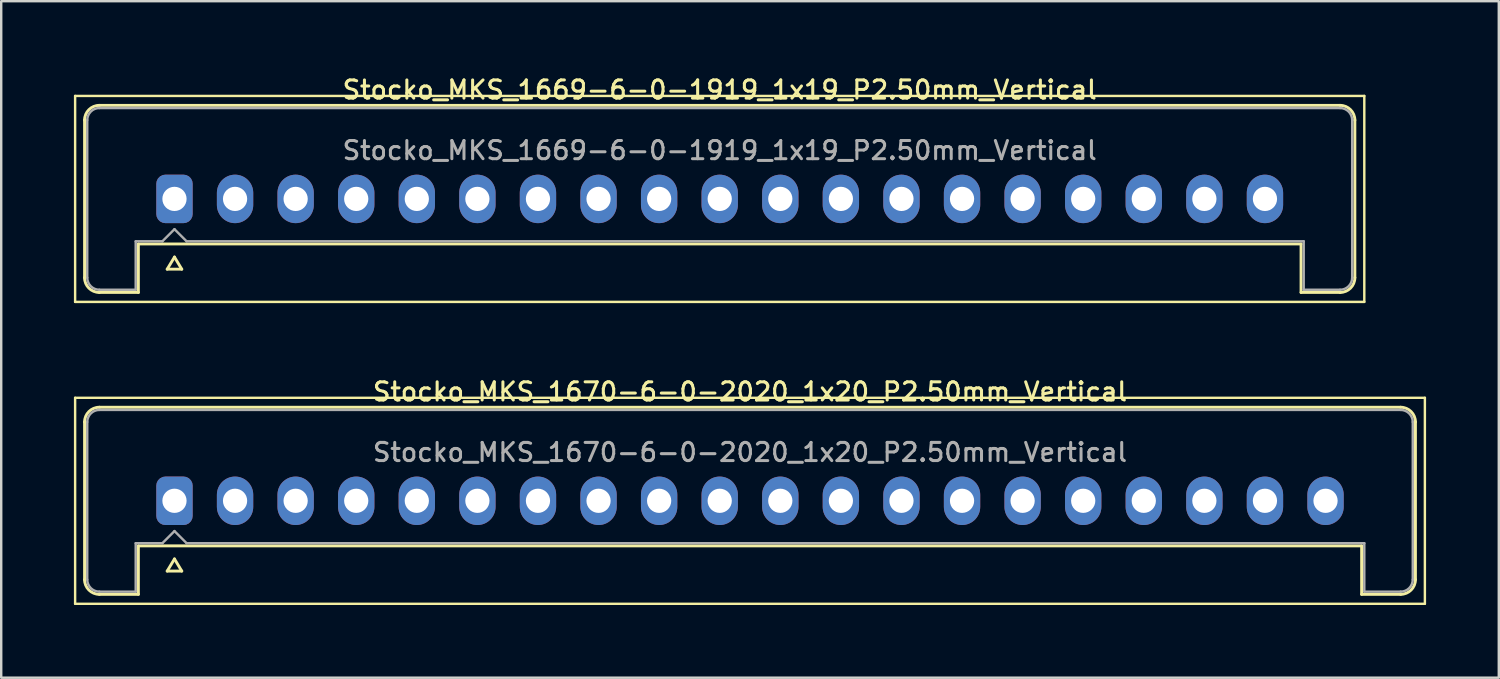
<source format=kicad_pcb>
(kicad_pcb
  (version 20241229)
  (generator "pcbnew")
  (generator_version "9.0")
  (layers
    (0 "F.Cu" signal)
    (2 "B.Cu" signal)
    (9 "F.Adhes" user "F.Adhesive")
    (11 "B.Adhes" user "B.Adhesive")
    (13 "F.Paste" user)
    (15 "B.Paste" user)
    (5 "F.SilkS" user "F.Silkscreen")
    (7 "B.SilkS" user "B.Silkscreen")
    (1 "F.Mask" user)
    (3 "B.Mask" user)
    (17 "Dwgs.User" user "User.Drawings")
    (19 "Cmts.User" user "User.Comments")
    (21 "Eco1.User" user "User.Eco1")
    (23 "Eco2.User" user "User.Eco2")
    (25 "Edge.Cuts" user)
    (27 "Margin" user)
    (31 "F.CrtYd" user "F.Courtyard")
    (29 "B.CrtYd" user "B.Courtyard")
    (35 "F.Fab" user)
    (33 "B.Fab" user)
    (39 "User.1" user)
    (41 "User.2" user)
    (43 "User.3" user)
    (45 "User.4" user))
  (footprint "Stocko_MKS_1670-6-0-2020_1x20_P2.50mm_Vertical"
    (layer "F.Cu")
    (at 4.15 17.616)
    (property "Reference" "Stocko_MKS_1670-6-0-2020_1x20_P2.50mm_Vertical" (at 23.75 -4.5 0) (layer "F.SilkS") (effects (font (size 0.75 0.75) (thickness 0.125))))
    (attr through_hole)
    (fp_line (start -4.1 -4.25) (end -4.1 4.25) (stroke (width 0.1) (type solid)) (layer "F.SilkS"))
    (fp_line (start -4.1 4.25) (end 51.6 4.25) (stroke (width 0.1) (type solid)) (layer "F.SilkS"))
    (fp_line (start -3.71 -3.25) (end -3.71 3.25) (stroke (width 0.12) (type solid)) (layer "F.SilkS"))
    (fp_line (start -3.1 -3.86) (end 50.6 -3.86) (stroke (width 0.12) (type solid)) (layer "F.SilkS"))
    (fp_line (start -3.1 3.86) (end -1.49 3.86) (stroke (width 0.12) (type solid)) (layer "F.SilkS"))
    (fp_line (start -1.49 1.86) (end 48.99 1.86) (stroke (width 0.12) (type solid)) (layer "F.SilkS"))
    (fp_line (start -1.49 3.86) (end -1.49 1.86) (stroke (width 0.12) (type solid)) (layer "F.SilkS"))
    (fp_line (start -0.3 2.9) (end 0.3 2.9) (stroke (width 0.12) (type solid)) (layer "F.SilkS"))
    (fp_line (start 0 2.4) (end -0.3 2.9) (stroke (width 0.12) (type solid)) (layer "F.SilkS"))
    (fp_line (start 0.3 2.9) (end 0 2.4) (stroke (width 0.12) (type solid)) (layer "F.SilkS"))
    (fp_line (start 48.99 3.86) (end 48.99 1.86) (stroke (width 0.12) (type solid)) (layer "F.SilkS"))
    (fp_line (start 50.6 3.86) (end 48.99 3.86) (stroke (width 0.12) (type solid)) (layer "F.SilkS"))
    (fp_line (start 51.21 -3.25) (end 51.21 3.25) (stroke (width 0.12) (type solid)) (layer "F.SilkS"))
    (fp_line (start 51.6 -4.25) (end -4.1 -4.25) (stroke (width 0.1) (type solid)) (layer "F.SilkS"))
    (fp_line (start 51.6 4.25) (end 51.6 -4.25) (stroke (width 0.1) (type solid)) (layer "F.SilkS"))
    (fp_arc (start -3.71 -3.25) (mid -3.531335 -3.681335) (end -3.1 -3.86) (stroke (width 0.12) (type solid)) (layer "F.SilkS"))
    (fp_arc (start -3.1 3.86) (mid -3.531335 3.681335) (end -3.71 3.25) (stroke (width 0.12) (type solid)) (layer "F.SilkS"))
    (fp_arc (start 50.6 -3.86) (mid 51.031335 -3.681335) (end 51.21 -3.25) (stroke (width 0.12) (type solid)) (layer "F.SilkS"))
    (fp_arc (start 51.21 3.25) (mid 51.031335 3.681335) (end 50.6 3.86) (stroke (width 0.12) (type solid)) (layer "F.SilkS"))
    (fp_line (start -3.6 -3.25) (end -3.6 3.25) (stroke (width 0.1) (type solid)) (layer "F.Fab"))
    (fp_line (start -3.1 -3.75) (end 50.6 -3.75) (stroke (width 0.1) (type solid)) (layer "F.Fab"))
    (fp_line (start -3.1 3.75) (end -1.6 3.75) (stroke (width 0.1) (type solid)) (layer "F.Fab"))
    (fp_line (start -1.6 1.75) (end -0.5 1.75) (stroke (width 0.1) (type solid)) (layer "F.Fab"))
    (fp_line (start -1.6 3.75) (end -1.6 1.75) (stroke (width 0.1) (type solid)) (layer "F.Fab"))
    (fp_line (start -0.5 1.75) (end 0 1.25) (stroke (width 0.1) (type solid)) (layer "F.Fab"))
    (fp_line (start 0 1.25) (end 0.5 1.75) (stroke (width 0.1) (type solid)) (layer "F.Fab"))
    (fp_line (start 0.5 1.75) (end 49.1 1.75) (stroke (width 0.1) (type solid)) (layer "F.Fab"))
    (fp_line (start 49.1 3.75) (end 49.1 1.75) (stroke (width 0.1) (type solid)) (layer "F.Fab"))
    (fp_line (start 50.6 3.75) (end 49.1 3.75) (stroke (width 0.1) (type solid)) (layer "F.Fab"))
    (fp_line (start 51.1 -3.25) (end 51.1 3.25) (stroke (width 0.1) (type solid)) (layer "F.Fab"))
    (fp_arc (start -3.6 -3.25) (mid -3.453553 -3.603553) (end -3.1 -3.75) (stroke (width 0.1) (type solid)) (layer "F.Fab"))
    (fp_arc (start -3.1 3.75) (mid -3.453553 3.603553) (end -3.6 3.25) (stroke (width 0.1) (type solid)) (layer "F.Fab"))
    (fp_arc (start 50.6 -3.75) (mid 50.953553 -3.603553) (end 51.1 -3.25) (stroke (width 0.1) (type solid)) (layer "F.Fab"))
    (fp_arc (start 51.1 3.25) (mid 50.953553 3.603553) (end 50.6 3.75) (stroke (width 0.1) (type solid)) (layer "F.Fab"))
    (fp_text user "${REFERENCE}" (at 23.75 -2 0) (layer "F.Fab") (effects (font (size 0.75 0.75) (thickness 0.125))))
    (pad "1" thru_hole roundrect (at 0 0) (size 1.5 2) (drill 1) (layers "*.Cu" "*.Mask") (roundrect_rratio 0.25))
    (pad "2" thru_hole oval (at 2.5 0) (size 1.5 2) (drill 1) (layers "*.Cu" "*.Mask"))
    (pad "3" thru_hole oval (at 5 0) (size 1.5 2) (drill 1) (layers "*.Cu" "*.Mask"))
    (pad "4" thru_hole oval (at 7.5 0) (size 1.5 2) (drill 1) (layers "*.Cu" "*.Mask"))
    (pad "5" thru_hole oval (at 10 0) (size 1.5 2) (drill 1) (layers "*.Cu" "*.Mask"))
    (pad "6" thru_hole oval (at 12.5 0) (size 1.5 2) (drill 1) (layers "*.Cu" "*.Mask"))
    (pad "7" thru_hole oval (at 15 0) (size 1.5 2) (drill 1) (layers "*.Cu" "*.Mask"))
    (pad "8" thru_hole oval (at 17.5 0) (size 1.5 2) (drill 1) (layers "*.Cu" "*.Mask"))
    (pad "9" thru_hole oval (at 20 0) (size 1.5 2) (drill 1) (layers "*.Cu" "*.Mask"))
    (pad "10" thru_hole oval (at 22.5 0) (size 1.5 2) (drill 1) (layers "*.Cu" "*.Mask"))
    (pad "11" thru_hole oval (at 25 0) (size 1.5 2) (drill 1) (layers "*.Cu" "*.Mask"))
    (pad "12" thru_hole oval (at 27.5 0) (size 1.5 2) (drill 1) (layers "*.Cu" "*.Mask"))
    (pad "13" thru_hole oval (at 30 0) (size 1.5 2) (drill 1) (layers "*.Cu" "*.Mask"))
    (pad "14" thru_hole oval (at 32.5 0) (size 1.5 2) (drill 1) (layers "*.Cu" "*.Mask"))
    (pad "15" thru_hole oval (at 35 0) (size 1.5 2) (drill 1) (layers "*.Cu" "*.Mask"))
    (pad "16" thru_hole oval (at 37.5 0) (size 1.5 2) (drill 1) (layers "*.Cu" "*.Mask"))
    (pad "17" thru_hole oval (at 40 0) (size 1.5 2) (drill 1) (layers "*.Cu" "*.Mask"))
    (pad "18" thru_hole oval (at 42.5 0) (size 1.5 2) (drill 1) (layers "*.Cu" "*.Mask"))
    (pad "19" thru_hole oval (at 45 0) (size 1.5 2) (drill 1) (layers "*.Cu" "*.Mask"))
    (pad "20" thru_hole oval (at 47.5 0) (size 1.5 2) (drill 1) (layers "*.Cu" "*.Mask")))
  (footprint "Stocko_MKS_1669-6-0-1919_1x19_P2.50mm_Vertical"
    (layer "F.Cu")
    (at 4.15 5.158)
    (property "Reference" "Stocko_MKS_1669-6-0-1919_1x19_P2.50mm_Vertical" (at 22.5 -4.5 0) (layer "F.SilkS") (effects (font (size 0.75 0.75) (thickness 0.125))))
    (attr through_hole)
    (fp_line (start -4.1 -4.25) (end -4.1 4.25) (stroke (width 0.1) (type solid)) (layer "F.SilkS"))
    (fp_line (start -4.1 4.25) (end 49.1 4.25) (stroke (width 0.1) (type solid)) (layer "F.SilkS"))
    (fp_line (start -3.71 -3.25) (end -3.71 3.25) (stroke (width 0.12) (type solid)) (layer "F.SilkS"))
    (fp_line (start -3.1 -3.86) (end 48.1 -3.86) (stroke (width 0.12) (type solid)) (layer "F.SilkS"))
    (fp_line (start -3.1 3.86) (end -1.49 3.86) (stroke (width 0.12) (type solid)) (layer "F.SilkS"))
    (fp_line (start -1.49 1.86) (end 46.49 1.86) (stroke (width 0.12) (type solid)) (layer "F.SilkS"))
    (fp_line (start -1.49 3.86) (end -1.49 1.86) (stroke (width 0.12) (type solid)) (layer "F.SilkS"))
    (fp_line (start -0.3 2.9) (end 0.3 2.9) (stroke (width 0.12) (type solid)) (layer "F.SilkS"))
    (fp_line (start 0 2.4) (end -0.3 2.9) (stroke (width 0.12) (type solid)) (layer "F.SilkS"))
    (fp_line (start 0.3 2.9) (end 0 2.4) (stroke (width 0.12) (type solid)) (layer "F.SilkS"))
    (fp_line (start 46.49 3.86) (end 46.49 1.86) (stroke (width 0.12) (type solid)) (layer "F.SilkS"))
    (fp_line (start 48.1 3.86) (end 46.49 3.86) (stroke (width 0.12) (type solid)) (layer "F.SilkS"))
    (fp_line (start 48.71 -3.25) (end 48.71 3.25) (stroke (width 0.12) (type solid)) (layer "F.SilkS"))
    (fp_line (start 49.1 -4.25) (end -4.1 -4.25) (stroke (width 0.1) (type solid)) (layer "F.SilkS"))
    (fp_line (start 49.1 4.25) (end 49.1 -4.25) (stroke (width 0.1) (type solid)) (layer "F.SilkS"))
    (fp_arc (start -3.71 -3.25) (mid -3.531335 -3.681335) (end -3.1 -3.86) (stroke (width 0.12) (type solid)) (layer "F.SilkS"))
    (fp_arc (start -3.1 3.86) (mid -3.531335 3.681335) (end -3.71 3.25) (stroke (width 0.12) (type solid)) (layer "F.SilkS"))
    (fp_arc (start 48.1 -3.86) (mid 48.531335 -3.681335) (end 48.71 -3.25) (stroke (width 0.12) (type solid)) (layer "F.SilkS"))
    (fp_arc (start 48.71 3.25) (mid 48.531335 3.681335) (end 48.1 3.86) (stroke (width 0.12) (type solid)) (layer "F.SilkS"))
    (fp_line (start -3.6 -3.25) (end -3.6 3.25) (stroke (width 0.1) (type solid)) (layer "F.Fab"))
    (fp_line (start -3.1 -3.75) (end 48.1 -3.75) (stroke (width 0.1) (type solid)) (layer "F.Fab"))
    (fp_line (start -3.1 3.75) (end -1.6 3.75) (stroke (width 0.1) (type solid)) (layer "F.Fab"))
    (fp_line (start -1.6 1.75) (end -0.5 1.75) (stroke (width 0.1) (type solid)) (layer "F.Fab"))
    (fp_line (start -1.6 3.75) (end -1.6 1.75) (stroke (width 0.1) (type solid)) (layer "F.Fab"))
    (fp_line (start -0.5 1.75) (end 0 1.25) (stroke (width 0.1) (type solid)) (layer "F.Fab"))
    (fp_line (start 0 1.25) (end 0.5 1.75) (stroke (width 0.1) (type solid)) (layer "F.Fab"))
    (fp_line (start 0.5 1.75) (end 46.6 1.75) (stroke (width 0.1) (type solid)) (layer "F.Fab"))
    (fp_line (start 46.6 3.75) (end 46.6 1.75) (stroke (width 0.1) (type solid)) (layer "F.Fab"))
    (fp_line (start 48.1 3.75) (end 46.6 3.75) (stroke (width 0.1) (type solid)) (layer "F.Fab"))
    (fp_line (start 48.6 -3.25) (end 48.6 3.25) (stroke (width 0.1) (type solid)) (layer "F.Fab"))
    (fp_arc (start -3.6 -3.25) (mid -3.453553 -3.603553) (end -3.1 -3.75) (stroke (width 0.1) (type solid)) (layer "F.Fab"))
    (fp_arc (start -3.1 3.75) (mid -3.453553 3.603553) (end -3.6 3.25) (stroke (width 0.1) (type solid)) (layer "F.Fab"))
    (fp_arc (start 48.1 -3.75) (mid 48.453553 -3.603553) (end 48.6 -3.25) (stroke (width 0.1) (type solid)) (layer "F.Fab"))
    (fp_arc (start 48.6 3.25) (mid 48.453553 3.603553) (end 48.1 3.75) (stroke (width 0.1) (type solid)) (layer "F.Fab"))
    (fp_text user "${REFERENCE}" (at 22.5 -2 0) (layer "F.Fab") (effects (font (size 0.75 0.75) (thickness 0.125))))
    (pad "1" thru_hole roundrect (at 0 0) (size 1.5 2) (drill 1) (layers "*.Cu" "*.Mask") (roundrect_rratio 0.25))
    (pad "2" thru_hole oval (at 2.5 0) (size 1.5 2) (drill 1) (layers "*.Cu" "*.Mask"))
    (pad "3" thru_hole oval (at 5 0) (size 1.5 2) (drill 1) (layers "*.Cu" "*.Mask"))
    (pad "4" thru_hole oval (at 7.5 0) (size 1.5 2) (drill 1) (layers "*.Cu" "*.Mask"))
    (pad "5" thru_hole oval (at 10 0) (size 1.5 2) (drill 1) (layers "*.Cu" "*.Mask"))
    (pad "6" thru_hole oval (at 12.5 0) (size 1.5 2) (drill 1) (layers "*.Cu" "*.Mask"))
    (pad "7" thru_hole oval (at 15 0) (size 1.5 2) (drill 1) (layers "*.Cu" "*.Mask"))
    (pad "8" thru_hole oval (at 17.5 0) (size 1.5 2) (drill 1) (layers "*.Cu" "*.Mask"))
    (pad "9" thru_hole oval (at 20 0) (size 1.5 2) (drill 1) (layers "*.Cu" "*.Mask"))
    (pad "10" thru_hole oval (at 22.5 0) (size 1.5 2) (drill 1) (layers "*.Cu" "*.Mask"))
    (pad "11" thru_hole oval (at 25 0) (size 1.5 2) (drill 1) (layers "*.Cu" "*.Mask"))
    (pad "12" thru_hole oval (at 27.5 0) (size 1.5 2) (drill 1) (layers "*.Cu" "*.Mask"))
    (pad "13" thru_hole oval (at 30 0) (size 1.5 2) (drill 1) (layers "*.Cu" "*.Mask"))
    (pad "14" thru_hole oval (at 32.5 0) (size 1.5 2) (drill 1) (layers "*.Cu" "*.Mask"))
    (pad "15" thru_hole oval (at 35 0) (size 1.5 2) (drill 1) (layers "*.Cu" "*.Mask"))
    (pad "16" thru_hole oval (at 37.5 0) (size 1.5 2) (drill 1) (layers "*.Cu" "*.Mask"))
    (pad "17" thru_hole oval (at 40 0) (size 1.5 2) (drill 1) (layers "*.Cu" "*.Mask"))
    (pad "18" thru_hole oval (at 42.5 0) (size 1.5 2) (drill 1) (layers "*.Cu" "*.Mask"))
    (pad "19" thru_hole oval (at 45 0) (size 1.5 2) (drill 1) (layers "*.Cu" "*.Mask")))
  (gr_rect
    (start -3 -3)
    (end 58.8 24.916)
    (stroke (width 0.1) (type default))
    (fill no)
    (layer "Edge.Cuts")))
</source>
